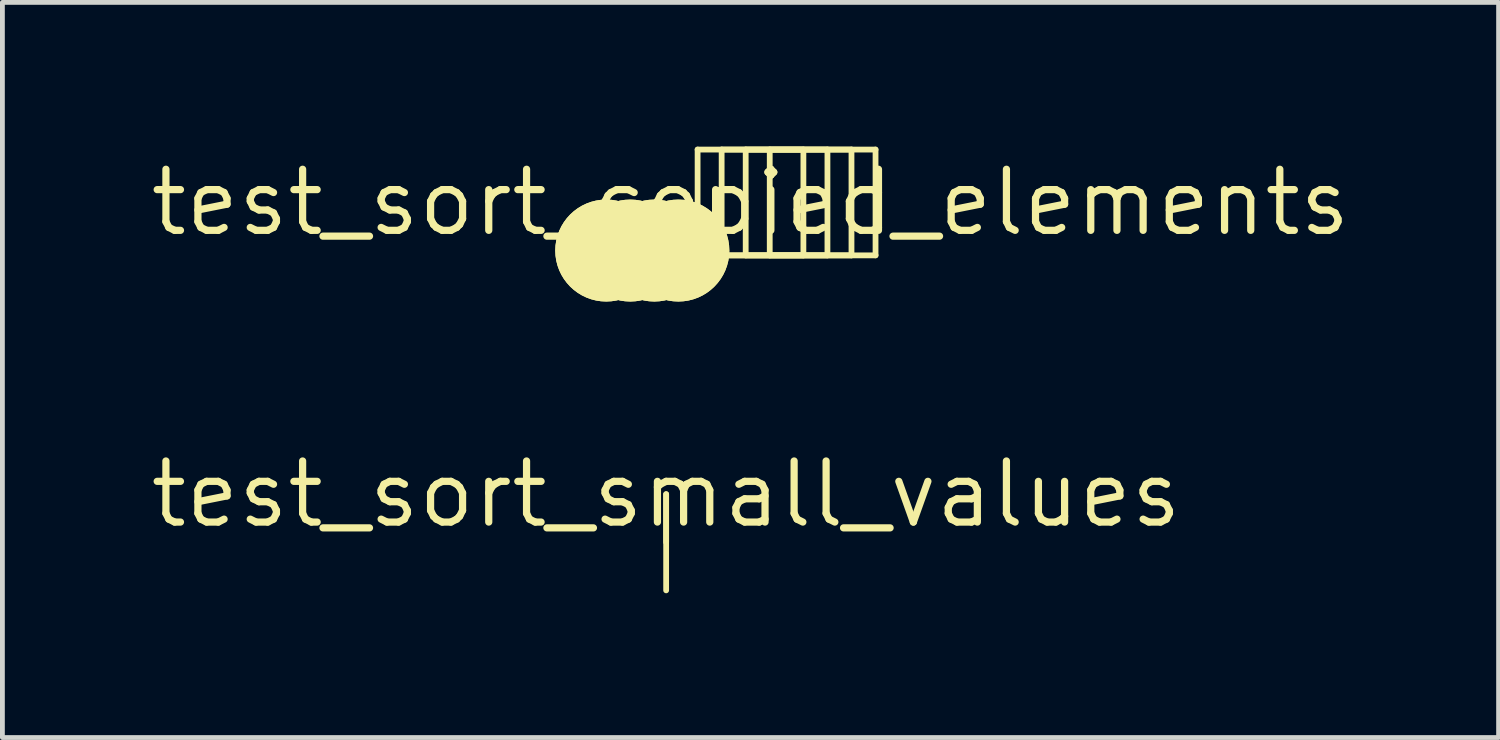
<source format=kicad_pcb>
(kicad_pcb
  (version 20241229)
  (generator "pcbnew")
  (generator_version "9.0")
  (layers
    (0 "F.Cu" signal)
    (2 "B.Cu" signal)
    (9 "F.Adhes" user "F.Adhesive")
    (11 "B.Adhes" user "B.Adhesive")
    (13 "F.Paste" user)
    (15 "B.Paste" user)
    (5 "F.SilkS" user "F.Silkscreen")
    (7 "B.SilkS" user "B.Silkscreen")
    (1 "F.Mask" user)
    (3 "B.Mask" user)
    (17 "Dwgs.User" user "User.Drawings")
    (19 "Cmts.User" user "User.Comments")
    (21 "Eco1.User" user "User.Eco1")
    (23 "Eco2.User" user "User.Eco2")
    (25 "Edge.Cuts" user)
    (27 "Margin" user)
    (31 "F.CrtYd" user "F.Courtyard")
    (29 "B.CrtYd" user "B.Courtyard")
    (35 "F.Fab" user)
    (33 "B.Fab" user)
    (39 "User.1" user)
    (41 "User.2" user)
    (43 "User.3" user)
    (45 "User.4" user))
  (footprint "test_sort_copied_elements"
    (layer "F.Cu")
    (at 12.556 1.16)
    (property "Reference" "test_sort_copied_elements" (at 0 0 0) (layer "F.SilkS") (effects (font (size 1.27 1.27) (thickness 0.15))))
    (attr smd)
    (fp_line (start -1.1 -1.1) (end -1.1 1.1) (stroke (width 0.12) (type solid)) (layer "F.SilkS"))
    (fp_line (start -1.1 1.1) (end 1.1 1.1) (stroke (width 0.12) (type solid)) (layer "F.SilkS"))
    (fp_line (start -0.6 -1.1) (end -0.6 1.1) (stroke (width 0.12) (type solid)) (layer "F.SilkS"))
    (fp_line (start -0.6 1.1) (end 1.6 1.1) (stroke (width 0.12) (type solid)) (layer "F.SilkS"))
    (fp_line (start -0.1 -1.1) (end -0.1 1.1) (stroke (width 0.12) (type solid)) (layer "F.SilkS"))
    (fp_line (start -0.1 1.1) (end 2.1 1.1) (stroke (width 0.12) (type solid)) (layer "F.SilkS"))
    (fp_line (start 0.4 -1.1) (end 0.4 1.1) (stroke (width 0.12) (type solid)) (layer "F.SilkS"))
    (fp_line (start 0.4 1.1) (end 2.6 1.1) (stroke (width 0.12) (type solid)) (layer "F.SilkS"))
    (fp_line (start 1.1 -1.1) (end -1.1 -1.1) (stroke (width 0.12) (type solid)) (layer "F.SilkS"))
    (fp_line (start 1.1 1.1) (end 1.1 -1.1) (stroke (width 0.12) (type solid)) (layer "F.SilkS"))
    (fp_line (start 1.6 -1.1) (end -0.6 -1.1) (stroke (width 0.12) (type solid)) (layer "F.SilkS"))
    (fp_line (start 1.6 1.1) (end 1.6 -1.1) (stroke (width 0.12) (type solid)) (layer "F.SilkS"))
    (fp_line (start 2.1 -1.1) (end -0.1 -1.1) (stroke (width 0.12) (type solid)) (layer "F.SilkS"))
    (fp_line (start 2.1 1.1) (end 2.1 -1.1) (stroke (width 0.12) (type solid)) (layer "F.SilkS"))
    (fp_line (start 2.6 -1.1) (end 0.4 -1.1) (stroke (width 0.12) (type solid)) (layer "F.SilkS"))
    (fp_line (start 2.6 1.1) (end 2.6 -1.1) (stroke (width 0.12) (type solid)) (layer "F.SilkS"))
    (fp_circle (center -3 1) (end -2.3 1) (stroke (width 0.12) (type solid)) (fill yes) (layer "F.SilkS"))
    (fp_circle (center -3 1) (end -2 1) (stroke (width 0.12) (type solid)) (fill yes) (layer "F.SilkS"))
    (fp_circle (center -3 1) (end -2 1) (stroke (width 0.12) (type solid)) (fill no) (layer "F.SilkS"))
    (fp_circle (center -2.5 1) (end -1.8 1) (stroke (width 0.12) (type solid)) (fill yes) (layer "F.SilkS"))
    (fp_circle (center -2.5 1) (end -1.5 1) (stroke (width 0.12) (type solid)) (fill yes) (layer "F.SilkS"))
    (fp_circle (center -2.5 1) (end -1.5 1) (stroke (width 0.12) (type solid)) (fill no) (layer "F.SilkS"))
    (fp_circle (center -2 1) (end -1.3 1) (stroke (width 0.12) (type solid)) (fill yes) (layer "F.SilkS"))
    (fp_circle (center -2 1) (end -1 1) (stroke (width 0.12) (type solid)) (fill no) (layer "F.SilkS"))
    (fp_circle (center -2 1) (end -1 1) (stroke (width 0.12) (type solid)) (fill yes) (layer "F.SilkS"))
    (fp_circle (center -1.5 1) (end -0.8 1) (stroke (width 0.12) (type solid)) (fill yes) (layer "F.SilkS"))
    (fp_circle (center -1.5 1) (end -0.5 1) (stroke (width 0.12) (type solid)) (fill no) (layer "F.SilkS"))
    (fp_circle (center -1.5 1) (end -0.5 1) (stroke (width 0.12) (type solid)) (fill yes) (layer "F.SilkS")))
  (footprint "test_sort_small_values"
    (layer "F.Cu")
    (at 10.802 7.226)
    (property "Reference" "test_sort_small_values" (at 0 0 0) (layer "F.SilkS") (effects (font (size 1.27 1.27) (thickness 0.15))))
    (attr smd)
    (fp_line (start 0 1) (end 0 0) (stroke (width 0.12) (type solid)) (layer "F.SilkS"))
    (fp_line (start 0 2) (end 0 0) (stroke (width 0.12) (type solid)) (layer "F.SilkS")))
  (gr_rect
    (start -3 -3)
    (end 28.112 12.286)
    (stroke (width 0.1) (type default))
    (fill no)
    (layer "Edge.Cuts")))
</source>
